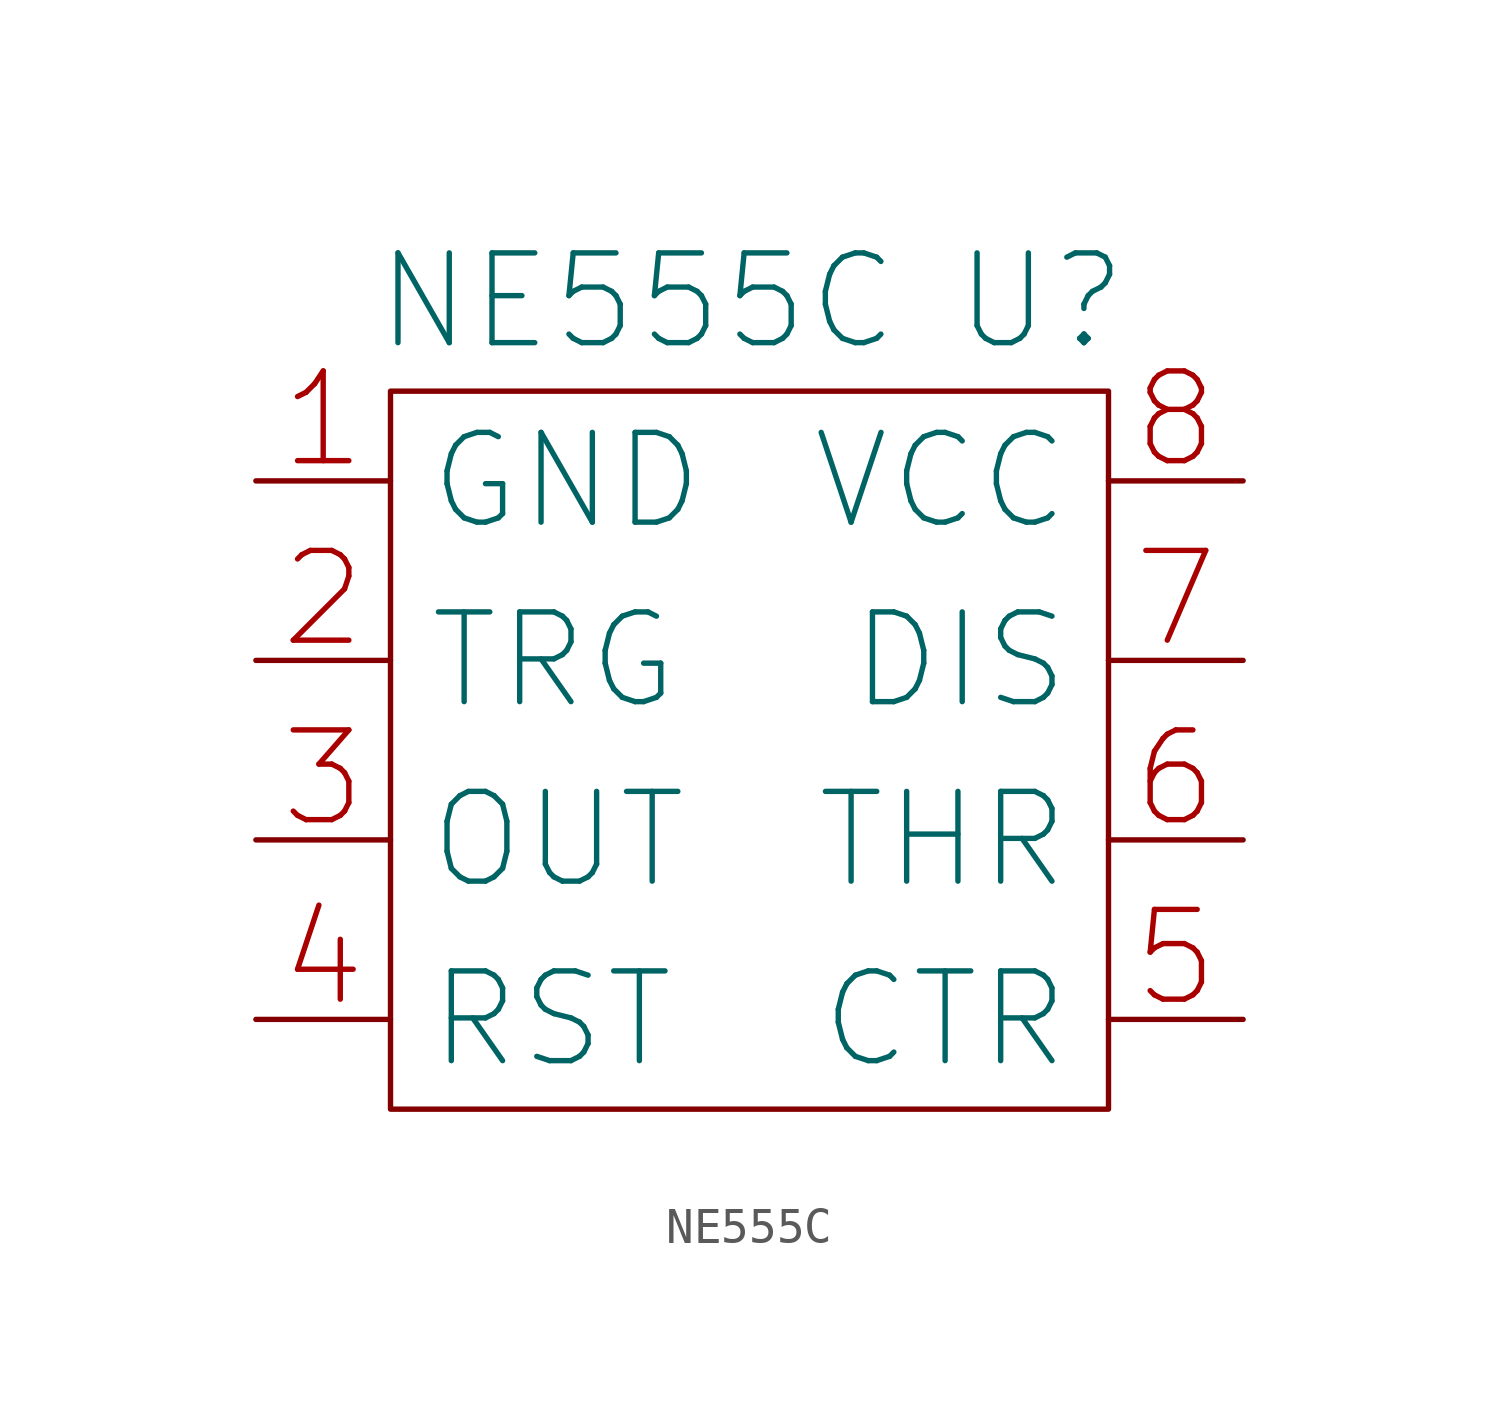
<source format=kicad_sym>
(kicad_symbol_lib
  (version 20220914)
  (generator kicad_symbol_editor)
  (symbol "NE555C"
    (pin_names
      (offset 1.016))
    (property "Reference" "U"
      (at 22.225 5.08 0)
      (effects (font (size 2.54 2.54))))
    (property "Value" "NE555C"
      (at 10.795 5.08 0)
      (effects (font (size 2.54 2.54))))
    (symbol "NE555C_0_1"
      (rectangle (start 3.81 2.54) (end 24.13 -17.78) (stroke (width 0) (type default)) (fill (type none))))
    (symbol "NE555C_1_1"
      (pin input line (at 0 0 0) (length 3.81) (name "GND" (effects (font (size 2.54 2.54)))) (number "1" (effects (font (size 2.54 2.54)))))
      (pin input line (at 0 -5.08 0) (length 3.81) (name "TRG" (effects (font (size 2.54 2.54)))) (number "2" (effects (font (size 2.54 2.54)))))
      (pin input line (at 0 -10.16 0) (length 3.81) (name "OUT" (effects (font (size 2.54 2.54)))) (number "3" (effects (font (size 2.54 2.54)))))
      (pin input line (at 0 -15.24 0) (length 3.81) (name "RST" (effects (font (size 2.54 2.54)))) (number "4" (effects (font (size 2.54 2.54)))))
      (pin input line (at 27.94 -15.24 180) (length 3.81) (name "CTR" (effects (font (size 2.54 2.54)))) (number "5" (effects (font (size 2.54 2.54)))))
      (pin input line (at 27.94 -10.16 180) (length 3.81) (name "THR" (effects (font (size 2.54 2.54)))) (number "6" (effects (font (size 2.54 2.54)))))
      (pin input line (at 27.94 -5.08 180) (length 3.81) (name "DIS" (effects (font (size 2.54 2.54)))) (number "7" (effects (font (size 2.54 2.54)))))
      (pin input line (at 27.94 0 180) (length 3.81) (name "VCC" (effects (font (size 2.54 2.54)))) (number "8" (effects (font (size 2.54 2.54))))))))
</source>
